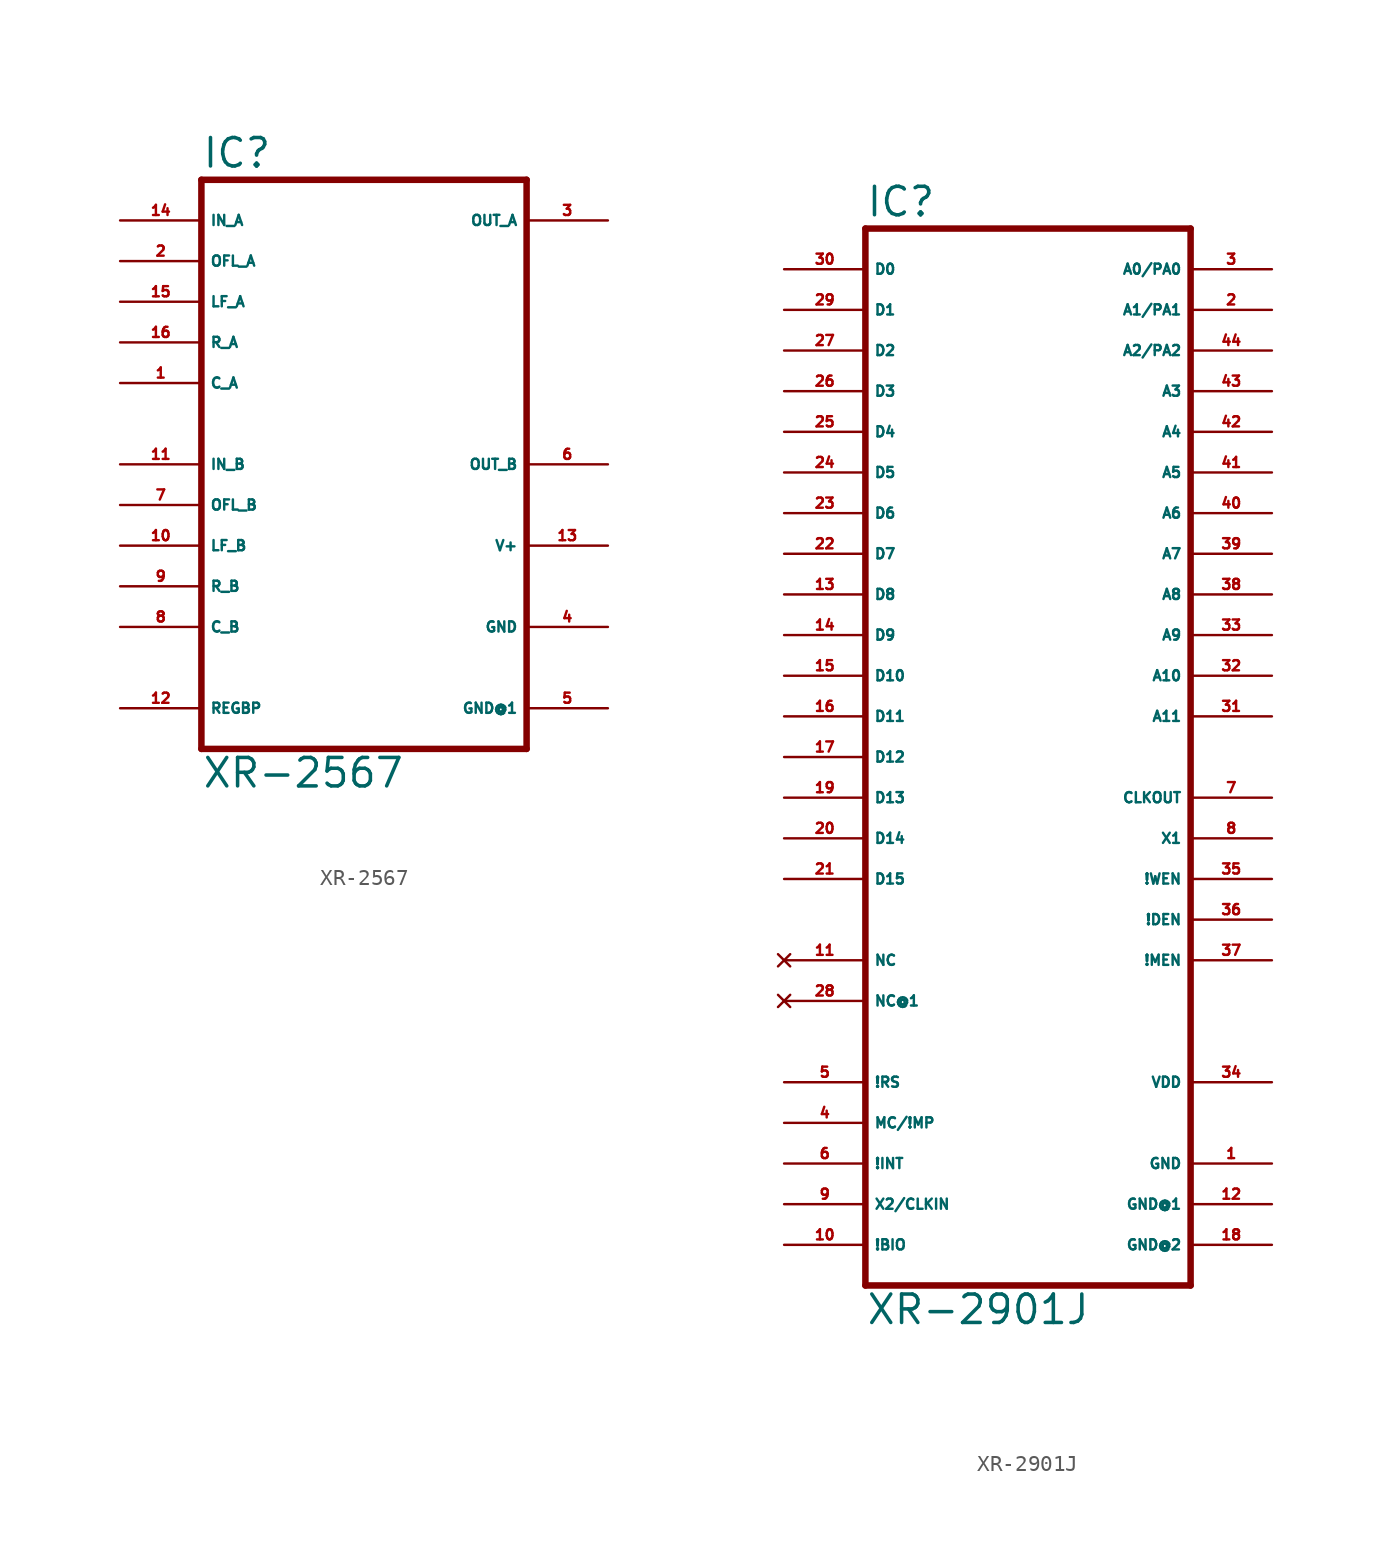
<source format=kicad_sym>
(kicad_symbol_lib
  (version 20220914)
  (generator Eagle2Kicad)
  (symbol "XR-2567"
    (property "Reference" "IC"
      (at -10.16 18.415 0)
      (effects (font (size 1.778 1.778) (thickness 0.22)) (justify left bottom)))
    (property "Value" "XR-2567"
      (at -10.16 -20.32 0)
      (effects (font (size 1.778 1.778) (thickness 0.22)) (justify left bottom)))
    (polyline
      (pts (xy 10.16 -17.78) (xy -10.16 -17.78))
      (stroke (width 0.406) (type default))
      (fill (type none)))
    (polyline
      (pts (xy -10.16 -17.78) (xy -10.16 17.78))
      (stroke (width 0.406) (type default))
      (fill (type none)))
    (polyline
      (pts (xy -10.16 17.78) (xy 10.16 17.78))
      (stroke (width 0.406) (type default))
      (fill (type none)))
    (polyline
      (pts (xy 10.16 17.78) (xy 10.16 -17.78))
      (stroke (width 0.406) (type default))
      (fill (type none)))
    (pin input line
      (at -15.24 15.24 0)
      (length 5.08)
      (name "IN_A" (effects (font (size 0.635 0.635) (thickness 0.08)) (justify left bottom)))
      (number "14" (effects (font (size 0.635 0.635) (thickness 0.08)) (justify left bottom))))
    (pin input line
      (at -15.24 12.7 0)
      (length 5.08)
      (name "OFL_A" (effects (font (size 0.635 0.635) (thickness 0.08)) (justify left bottom)))
      (number "2" (effects (font (size 0.635 0.635) (thickness 0.08)) (justify left bottom))))
    (pin input line
      (at -15.24 10.16 0)
      (length 5.08)
      (name "LF_A" (effects (font (size 0.635 0.635) (thickness 0.08)) (justify left bottom)))
      (number "15" (effects (font (size 0.635 0.635) (thickness 0.08)) (justify left bottom))))
    (pin input line
      (at -15.24 7.62 0)
      (length 5.08)
      (name "R_A" (effects (font (size 0.635 0.635) (thickness 0.08)) (justify left bottom)))
      (number "16" (effects (font (size 0.635 0.635) (thickness 0.08)) (justify left bottom))))
    (pin input line
      (at -15.24 5.08 0)
      (length 5.08)
      (name "C_A" (effects (font (size 0.635 0.635) (thickness 0.08)) (justify left bottom)))
      (number "1" (effects (font (size 0.635 0.635) (thickness 0.08)) (justify left bottom))))
    (pin input line
      (at -15.24 0 0)
      (length 5.08)
      (name "IN_B" (effects (font (size 0.635 0.635) (thickness 0.08)) (justify left bottom)))
      (number "11" (effects (font (size 0.635 0.635) (thickness 0.08)) (justify left bottom))))
    (pin input line
      (at -15.24 -2.54 0)
      (length 5.08)
      (name "OFL_B" (effects (font (size 0.635 0.635) (thickness 0.08)) (justify left bottom)))
      (number "7" (effects (font (size 0.635 0.635) (thickness 0.08)) (justify left bottom))))
    (pin input line
      (at -15.24 -5.08 0)
      (length 5.08)
      (name "LF_B" (effects (font (size 0.635 0.635) (thickness 0.08)) (justify left bottom)))
      (number "10" (effects (font (size 0.635 0.635) (thickness 0.08)) (justify left bottom))))
    (pin input line
      (at -15.24 -7.62 0)
      (length 5.08)
      (name "R_B" (effects (font (size 0.635 0.635) (thickness 0.08)) (justify left bottom)))
      (number "9" (effects (font (size 0.635 0.635) (thickness 0.08)) (justify left bottom))))
    (pin input line
      (at -15.24 -10.16 0)
      (length 5.08)
      (name "C_B" (effects (font (size 0.635 0.635) (thickness 0.08)) (justify left bottom)))
      (number "8" (effects (font (size 0.635 0.635) (thickness 0.08)) (justify left bottom))))
    (pin output line
      (at 15.24 15.24 180)
      (length 5.08)
      (name "OUT_A" (effects (font (size 0.635 0.635) (thickness 0.08)) (justify left bottom)))
      (number "3" (effects (font (size 0.635 0.635) (thickness 0.08)) (justify left bottom))))
    (pin output line
      (at 15.24 0 180)
      (length 5.08)
      (name "OUT_B" (effects (font (size 0.635 0.635) (thickness 0.08)) (justify left bottom)))
      (number "6" (effects (font (size 0.635 0.635) (thickness 0.08)) (justify left bottom))))
    (pin input line
      (at -15.24 -15.24 0)
      (length 5.08)
      (name "REGBP" (effects (font (size 0.635 0.635) (thickness 0.08)) (justify left bottom)))
      (number "12" (effects (font (size 0.635 0.635) (thickness 0.08)) (justify left bottom))))
    (pin unspecified line
      (at 15.24 -15.24 180)
      (length 5.08)
      (name "GND@1" (effects (font (size 0.635 0.635) (thickness 0.08)) (justify left bottom)))
      (number "5" (effects (font (size 0.635 0.635) (thickness 0.08)) (justify left bottom))))
    (pin unspecified line
      (at 15.24 -10.16 180)
      (length 5.08)
      (name "GND" (effects (font (size 0.635 0.635) (thickness 0.08)) (justify left bottom)))
      (number "4" (effects (font (size 0.635 0.635) (thickness 0.08)) (justify left bottom))))
    (pin unspecified line
      (at 15.24 -5.08 180)
      (length 5.08)
      (name "V+" (effects (font (size 0.635 0.635) (thickness 0.08)) (justify left bottom)))
      (number "13" (effects (font (size 0.635 0.635) (thickness 0.08)) (justify left bottom)))))
  (symbol "XR-2901J"
    (property "Reference" "IC"
      (at -10.16 31.115 0)
      (effects (font (size 1.778 1.778) (thickness 0.22)) (justify left bottom)))
    (property "Value" "XR-2901J"
      (at -10.16 -38.1 0)
      (effects (font (size 1.778 1.778) (thickness 0.22)) (justify left bottom)))
    (polyline
      (pts (xy -10.16 -35.56) (xy 10.16 -35.56))
      (stroke (width 0.406) (type default))
      (fill (type none)))
    (polyline
      (pts (xy 10.16 -35.56) (xy 10.16 30.48))
      (stroke (width 0.406) (type default))
      (fill (type none)))
    (polyline
      (pts (xy 10.16 30.48) (xy -10.16 30.48))
      (stroke (width 0.406) (type default))
      (fill (type none)))
    (polyline
      (pts (xy -10.16 30.48) (xy -10.16 -35.56))
      (stroke (width 0.406) (type default))
      (fill (type none)))
    (pin bidirectional line
      (at 15.24 27.94 180)
      (length 5.08)
      (name "A0/PA0" (effects (font (size 0.635 0.635) (thickness 0.08)) (justify left bottom)))
      (number "3" (effects (font (size 0.635 0.635) (thickness 0.08)) (justify left bottom))))
    (pin bidirectional line
      (at 15.24 25.4 180)
      (length 5.08)
      (name "A1/PA1" (effects (font (size 0.635 0.635) (thickness 0.08)) (justify left bottom)))
      (number "2" (effects (font (size 0.635 0.635) (thickness 0.08)) (justify left bottom))))
    (pin bidirectional line
      (at 15.24 22.86 180)
      (length 5.08)
      (name "A2/PA2" (effects (font (size 0.635 0.635) (thickness 0.08)) (justify left bottom)))
      (number "44" (effects (font (size 0.635 0.635) (thickness 0.08)) (justify left bottom))))
    (pin bidirectional line
      (at -15.24 27.94 0)
      (length 5.08)
      (name "D0" (effects (font (size 0.635 0.635) (thickness 0.08)) (justify left bottom)))
      (number "30" (effects (font (size 0.635 0.635) (thickness 0.08)) (justify left bottom))))
    (pin bidirectional line
      (at -15.24 25.4 0)
      (length 5.08)
      (name "D1" (effects (font (size 0.635 0.635) (thickness 0.08)) (justify left bottom)))
      (number "29" (effects (font (size 0.635 0.635) (thickness 0.08)) (justify left bottom))))
    (pin bidirectional line
      (at -15.24 22.86 0)
      (length 5.08)
      (name "D2" (effects (font (size 0.635 0.635) (thickness 0.08)) (justify left bottom)))
      (number "27" (effects (font (size 0.635 0.635) (thickness 0.08)) (justify left bottom))))
    (pin bidirectional line
      (at -15.24 20.32 0)
      (length 5.08)
      (name "D3" (effects (font (size 0.635 0.635) (thickness 0.08)) (justify left bottom)))
      (number "26" (effects (font (size 0.635 0.635) (thickness 0.08)) (justify left bottom))))
    (pin bidirectional line
      (at -15.24 17.78 0)
      (length 5.08)
      (name "D4" (effects (font (size 0.635 0.635) (thickness 0.08)) (justify left bottom)))
      (number "25" (effects (font (size 0.635 0.635) (thickness 0.08)) (justify left bottom))))
    (pin bidirectional line
      (at -15.24 15.24 0)
      (length 5.08)
      (name "D5" (effects (font (size 0.635 0.635) (thickness 0.08)) (justify left bottom)))
      (number "24" (effects (font (size 0.635 0.635) (thickness 0.08)) (justify left bottom))))
    (pin bidirectional line
      (at -15.24 12.7 0)
      (length 5.08)
      (name "D6" (effects (font (size 0.635 0.635) (thickness 0.08)) (justify left bottom)))
      (number "23" (effects (font (size 0.635 0.635) (thickness 0.08)) (justify left bottom))))
    (pin bidirectional line
      (at -15.24 10.16 0)
      (length 5.08)
      (name "D7" (effects (font (size 0.635 0.635) (thickness 0.08)) (justify left bottom)))
      (number "22" (effects (font (size 0.635 0.635) (thickness 0.08)) (justify left bottom))))
    (pin bidirectional line
      (at -15.24 7.62 0)
      (length 5.08)
      (name "D8" (effects (font (size 0.635 0.635) (thickness 0.08)) (justify left bottom)))
      (number "13" (effects (font (size 0.635 0.635) (thickness 0.08)) (justify left bottom))))
    (pin bidirectional line
      (at -15.24 5.08 0)
      (length 5.08)
      (name "D9" (effects (font (size 0.635 0.635) (thickness 0.08)) (justify left bottom)))
      (number "14" (effects (font (size 0.635 0.635) (thickness 0.08)) (justify left bottom))))
    (pin bidirectional line
      (at -15.24 2.54 0)
      (length 5.08)
      (name "D10" (effects (font (size 0.635 0.635) (thickness 0.08)) (justify left bottom)))
      (number "15" (effects (font (size 0.635 0.635) (thickness 0.08)) (justify left bottom))))
    (pin bidirectional line
      (at -15.24 0 0)
      (length 5.08)
      (name "D11" (effects (font (size 0.635 0.635) (thickness 0.08)) (justify left bottom)))
      (number "16" (effects (font (size 0.635 0.635) (thickness 0.08)) (justify left bottom))))
    (pin bidirectional line
      (at -15.24 -2.54 0)
      (length 5.08)
      (name "D12" (effects (font (size 0.635 0.635) (thickness 0.08)) (justify left bottom)))
      (number "17" (effects (font (size 0.635 0.635) (thickness 0.08)) (justify left bottom))))
    (pin bidirectional line
      (at -15.24 -5.08 0)
      (length 5.08)
      (name "D13" (effects (font (size 0.635 0.635) (thickness 0.08)) (justify left bottom)))
      (number "19" (effects (font (size 0.635 0.635) (thickness 0.08)) (justify left bottom))))
    (pin bidirectional line
      (at -15.24 -7.62 0)
      (length 5.08)
      (name "D14" (effects (font (size 0.635 0.635) (thickness 0.08)) (justify left bottom)))
      (number "20" (effects (font (size 0.635 0.635) (thickness 0.08)) (justify left bottom))))
    (pin bidirectional line
      (at -15.24 -10.16 0)
      (length 5.08)
      (name "D15" (effects (font (size 0.635 0.635) (thickness 0.08)) (justify left bottom)))
      (number "21" (effects (font (size 0.635 0.635) (thickness 0.08)) (justify left bottom))))
    (pin output line
      (at 15.24 20.32 180)
      (length 5.08)
      (name "A3" (effects (font (size 0.635 0.635) (thickness 0.08)) (justify left bottom)))
      (number "43" (effects (font (size 0.635 0.635) (thickness 0.08)) (justify left bottom))))
    (pin output line
      (at 15.24 17.78 180)
      (length 5.08)
      (name "A4" (effects (font (size 0.635 0.635) (thickness 0.08)) (justify left bottom)))
      (number "42" (effects (font (size 0.635 0.635) (thickness 0.08)) (justify left bottom))))
    (pin output line
      (at 15.24 15.24 180)
      (length 5.08)
      (name "A5" (effects (font (size 0.635 0.635) (thickness 0.08)) (justify left bottom)))
      (number "41" (effects (font (size 0.635 0.635) (thickness 0.08)) (justify left bottom))))
    (pin output line
      (at 15.24 12.7 180)
      (length 5.08)
      (name "A6" (effects (font (size 0.635 0.635) (thickness 0.08)) (justify left bottom)))
      (number "40" (effects (font (size 0.635 0.635) (thickness 0.08)) (justify left bottom))))
    (pin output line
      (at 15.24 10.16 180)
      (length 5.08)
      (name "A7" (effects (font (size 0.635 0.635) (thickness 0.08)) (justify left bottom)))
      (number "39" (effects (font (size 0.635 0.635) (thickness 0.08)) (justify left bottom))))
    (pin output line
      (at 15.24 7.62 180)
      (length 5.08)
      (name "A8" (effects (font (size 0.635 0.635) (thickness 0.08)) (justify left bottom)))
      (number "38" (effects (font (size 0.635 0.635) (thickness 0.08)) (justify left bottom))))
    (pin output line
      (at 15.24 5.08 180)
      (length 5.08)
      (name "A9" (effects (font (size 0.635 0.635) (thickness 0.08)) (justify left bottom)))
      (number "33" (effects (font (size 0.635 0.635) (thickness 0.08)) (justify left bottom))))
    (pin output line
      (at 15.24 2.54 180)
      (length 5.08)
      (name "A10" (effects (font (size 0.635 0.635) (thickness 0.08)) (justify left bottom)))
      (number "32" (effects (font (size 0.635 0.635) (thickness 0.08)) (justify left bottom))))
    (pin output line
      (at 15.24 0 180)
      (length 5.08)
      (name "A11" (effects (font (size 0.635 0.635) (thickness 0.08)) (justify left bottom)))
      (number "31" (effects (font (size 0.635 0.635) (thickness 0.08)) (justify left bottom))))
    (pin output line
      (at 15.24 -5.08 180)
      (length 5.08)
      (name "CLKOUT" (effects (font (size 0.635 0.635) (thickness 0.08)) (justify left bottom)))
      (number "7" (effects (font (size 0.635 0.635) (thickness 0.08)) (justify left bottom))))
    (pin output line
      (at 15.24 -7.62 180)
      (length 5.08)
      (name "X1" (effects (font (size 0.635 0.635) (thickness 0.08)) (justify left bottom)))
      (number "8" (effects (font (size 0.635 0.635) (thickness 0.08)) (justify left bottom))))
    (pin output line
      (at 15.24 -10.16 180)
      (length 5.08)
      (name "!WEN" (effects (font (size 0.635 0.635) (thickness 0.08)) (justify left bottom)))
      (number "35" (effects (font (size 0.635 0.635) (thickness 0.08)) (justify left bottom))))
    (pin output line
      (at 15.24 -12.7 180)
      (length 5.08)
      (name "!DEN" (effects (font (size 0.635 0.635) (thickness 0.08)) (justify left bottom)))
      (number "36" (effects (font (size 0.635 0.635) (thickness 0.08)) (justify left bottom))))
    (pin output line
      (at 15.24 -15.24 180)
      (length 5.08)
      (name "!MEN" (effects (font (size 0.635 0.635) (thickness 0.08)) (justify left bottom)))
      (number "37" (effects (font (size 0.635 0.635) (thickness 0.08)) (justify left bottom))))
    (pin unspecified line
      (at 15.24 -22.86 180)
      (length 5.08)
      (name "VDD" (effects (font (size 0.635 0.635) (thickness 0.08)) (justify left bottom)))
      (number "34" (effects (font (size 0.635 0.635) (thickness 0.08)) (justify left bottom))))
    (pin unspecified line
      (at 15.24 -27.94 180)
      (length 5.08)
      (name "GND" (effects (font (size 0.635 0.635) (thickness 0.08)) (justify left bottom)))
      (number "1" (effects (font (size 0.635 0.635) (thickness 0.08)) (justify left bottom))))
    (pin input line
      (at -15.24 -25.4 0)
      (length 5.08)
      (name "MC/!MP" (effects (font (size 0.635 0.635) (thickness 0.08)) (justify left bottom)))
      (number "4" (effects (font (size 0.635 0.635) (thickness 0.08)) (justify left bottom))))
    (pin input line
      (at -15.24 -22.86 0)
      (length 5.08)
      (name "!RS" (effects (font (size 0.635 0.635) (thickness 0.08)) (justify left bottom)))
      (number "5" (effects (font (size 0.635 0.635) (thickness 0.08)) (justify left bottom))))
    (pin input line
      (at -15.24 -27.94 0)
      (length 5.08)
      (name "!INT" (effects (font (size 0.635 0.635) (thickness 0.08)) (justify left bottom)))
      (number "6" (effects (font (size 0.635 0.635) (thickness 0.08)) (justify left bottom))))
    (pin input line
      (at -15.24 -30.48 0)
      (length 5.08)
      (name "X2/CLKIN" (effects (font (size 0.635 0.635) (thickness 0.08)) (justify left bottom)))
      (number "9" (effects (font (size 0.635 0.635) (thickness 0.08)) (justify left bottom))))
    (pin input line
      (at -15.24 -33.02 0)
      (length 5.08)
      (name "!BIO" (effects (font (size 0.635 0.635) (thickness 0.08)) (justify left bottom)))
      (number "10" (effects (font (size 0.635 0.635) (thickness 0.08)) (justify left bottom))))
    (pin unspecified line
      (at 15.24 -30.48 180)
      (length 5.08)
      (name "GND@1" (effects (font (size 0.635 0.635) (thickness 0.08)) (justify left bottom)))
      (number "12" (effects (font (size 0.635 0.635) (thickness 0.08)) (justify left bottom))))
    (pin unspecified line
      (at 15.24 -33.02 180)
      (length 5.08)
      (name "GND@2" (effects (font (size 0.635 0.635) (thickness 0.08)) (justify left bottom)))
      (number "18" (effects (font (size 0.635 0.635) (thickness 0.08)) (justify left bottom))))
    (pin no_connect line
      (at -15.24 -15.24 0)
      (length 5.08)
      (name "NC" (effects (font (size 0.635 0.635) (thickness 0.08)) (justify left bottom) hide))
      (number "11" (effects (font (size 0.635 0.635) (thickness 0.08)) (justify left bottom) hide)))
    (pin no_connect line
      (at -15.24 -17.78 0)
      (length 5.08)
      (name "NC@1" (effects (font (size 0.635 0.635) (thickness 0.08)) (justify left bottom) hide))
      (number "28" (effects (font (size 0.635 0.635) (thickness 0.08)) (justify left bottom) hide)))))
</source>
